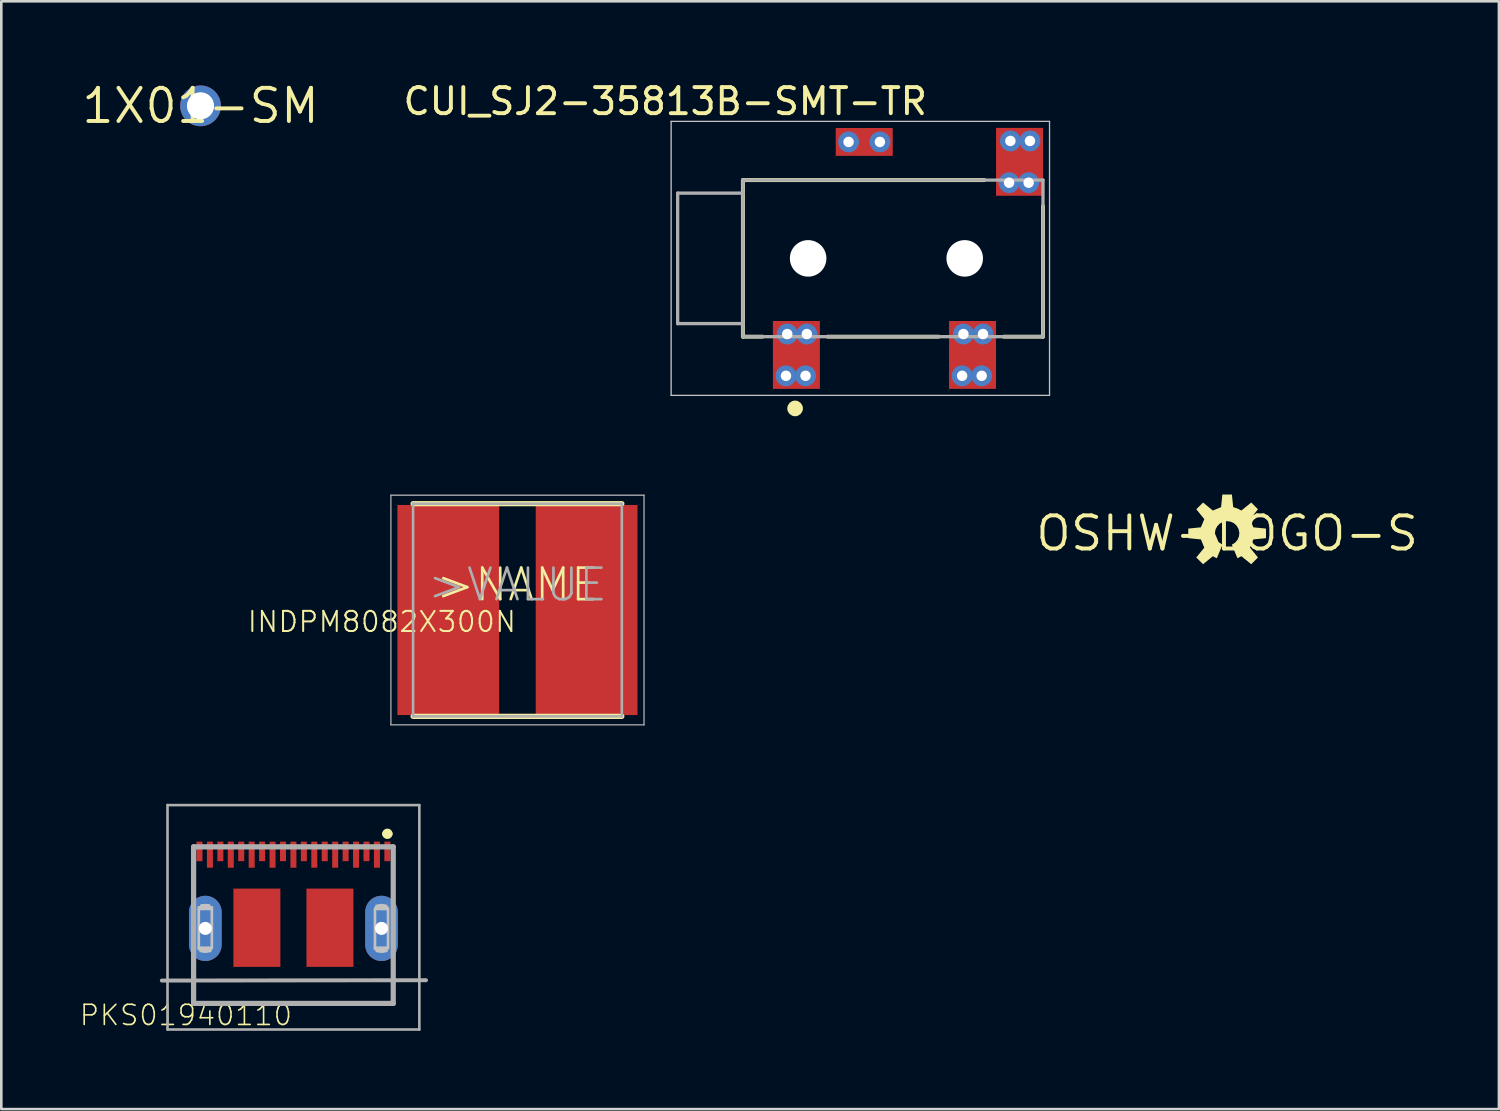
<source format=kicad_pcb>
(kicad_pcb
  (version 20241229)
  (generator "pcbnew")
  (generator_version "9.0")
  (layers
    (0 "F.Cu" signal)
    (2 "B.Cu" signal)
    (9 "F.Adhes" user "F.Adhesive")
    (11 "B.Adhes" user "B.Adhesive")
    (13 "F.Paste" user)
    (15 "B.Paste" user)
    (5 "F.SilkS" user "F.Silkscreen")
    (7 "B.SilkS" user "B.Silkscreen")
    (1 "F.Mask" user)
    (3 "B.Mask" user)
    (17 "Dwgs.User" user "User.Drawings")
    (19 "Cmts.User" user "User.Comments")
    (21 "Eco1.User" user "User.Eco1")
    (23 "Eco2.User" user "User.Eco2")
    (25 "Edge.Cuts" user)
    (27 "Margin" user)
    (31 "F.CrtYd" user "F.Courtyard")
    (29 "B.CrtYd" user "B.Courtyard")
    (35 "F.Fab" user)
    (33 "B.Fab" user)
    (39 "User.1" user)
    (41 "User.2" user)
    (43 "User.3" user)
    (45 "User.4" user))
  (footprint "1X01-SM"
    (layer "F.Cu")
    (at 4.634 1.006)
    (property "Reference" "1X01-SM" (at 0 0 0) (layer "F.SilkS") (effects (font (size 1.27 1.27) (thickness 0.15))))
    (attr through_hole)
    (pad "1" thru_hole circle (at 0 0) (size 1.56 1.56) (drill 1.04) (layers "*.Cu" "*.Mask")))
  (footprint "INDPM8082X300N"
    (layer "F.Cu")
    (at 16.779 20.326)
    (property "Reference" "INDPM8082X300N" (at 0 0 180) (layer "F.SilkS") (effects (font (size 0.772 0.772) (thickness 0.077)) (justify right top)))
    (attr through_hole)
    (fp_line (start -4 4.075) (end 4 4.075) (stroke (width 0.2) (type solid)) (layer "F.SilkS"))
    (fp_line (start 4 -4.075) (end -4 -4.075) (stroke (width 0.2) (type solid)) (layer "F.SilkS"))
    (fp_line (start -4.85 -4.4) (end 4.85 -4.4) (stroke (width 0.05) (type solid)) (layer "F.Fab"))
    (fp_line (start -4.85 4.4) (end -4.85 -4.4) (stroke (width 0.05) (type solid)) (layer "F.Fab"))
    (fp_line (start -4 -4.075) (end 4 -4.075) (stroke (width 0.1) (type solid)) (layer "F.Fab"))
    (fp_line (start -4 4.075) (end -4 -4.075) (stroke (width 0.1) (type solid)) (layer "F.Fab"))
    (fp_line (start 4 -4.075) (end 4 4.075) (stroke (width 0.1) (type solid)) (layer "F.Fab"))
    (fp_line (start 4 4.075) (end -4 4.075) (stroke (width 0.1) (type solid)) (layer "F.Fab"))
    (fp_line (start 4.85 -4.4) (end 4.85 4.4) (stroke (width 0.05) (type solid)) (layer "F.Fab"))
    (fp_line (start 4.85 4.4) (end -4.85 4.4) (stroke (width 0.05) (type solid)) (layer "F.Fab"))
    (fp_text user ">NAME\n							" (at 0 0 0) (layer "F.SilkS") (effects (font (size 1.206 1.206) (thickness 0.102))))
    (fp_text user ">VALUE\n							" (at 0 0 0) (layer "F.Fab") (effects (font (size 1.206 1.206) (thickness 0.102))))
    (pad "1" smd rect (at -2.65 0 90) (size 8.05 3.9) (layers "F.Cu" "F.Mask" "F.Paste"))
    (pad "2" smd rect (at 2.65 0 90) (size 8.05 3.9) (layers "F.Cu" "F.Mask" "F.Paste")))
  (footprint "OSHW-LOGO-S"
    (layer "F.Cu")
    (at 43.974 17.389)
    (property "Reference" "OSHW-LOGO-S" (at 0 0 0) (layer "F.SilkS") (effects (font (size 1.27 1.27) (thickness 0.15))))
    (attr through_hole)
    (fp_poly (pts (xy 0.395 0.953) (xy 0.546 0.875) (xy 0.923 1.182) (xy 1.182 0.923) (xy 0.875 0.546) (xy 1.005 0.232) (xy 1.489 0.183) (xy 1.489 -0.183) (xy 1.005 -0.232) (xy 0.875 -0.546) (xy 1.182 -0.923) (xy 0.923 -1.182) (xy 0.546 -0.875) (xy 0.395 -0.953) (xy 0.232 -1.005) (xy 0.183 -1.489) (xy -0.183 -1.489) (xy -0.232 -1.005) (xy -0.546 -0.875) (xy -0.923 -1.182) (xy -1.182 -0.923) (xy -0.875 -0.546) (xy -1.005 -0.232) (xy -1.489 -0.183) (xy -1.489 0.183) (xy -1.005 0.232) (xy -0.875 0.546) (xy -1.182 0.923) (xy -0.923 1.182) (xy -0.546 0.875) (xy -0.472 0.917) (xy -0.395 0.953) (xy -0.179 0.433) (xy -0.179 0.433) (xy -0.332 0.331) (xy -0.469 0) (xy -0.447 -0.142) (xy -0.382 -0.271) (xy -0.282 -0.374) (xy -0.155 -0.442) (xy -0.013 -0.468) (xy 0.13 -0.45) (xy 0.26 -0.39) (xy 0.366 -0.292) (xy 0.438 -0.167) (xy 0.468 -0.026) (xy 0.454 0.117) (xy 0.397 0.249) (xy 0.302 0.358) (xy 0.179 0.433)) (stroke (width 0) (type solid)) (fill yes) (layer "F.SilkS")))
  (footprint "PKS01940110"
    (layer "F.Cu")
    (at 8.194 35.401)
    (property "Reference" "PKS01940110" (at 0 0 180) (layer "F.SilkS") (effects (font (size 0.772 0.772) (thickness 0.062)) (justify right top)))
    (attr through_hole)
    (fp_line (start -3.825 -5) (end -3.825 -4) (stroke (width 0.1) (type solid)) (layer "F.SilkS"))
    (fp_line (start -3.825 -1) (end -3.825 0) (stroke (width 0.1) (type solid)) (layer "F.SilkS"))
    (fp_line (start -3.825 0) (end 3.825 0) (stroke (width 0.1) (type solid)) (layer "F.SilkS"))
    (fp_line (start 3.825 -5) (end 3.825 -4) (stroke (width 0.1) (type solid)) (layer "F.SilkS"))
    (fp_line (start 3.825 0) (end 3.825 -1) (stroke (width 0.1) (type solid)) (layer "F.SilkS"))
    (fp_arc (start 3.5 -6.5) (mid 3.6 -6.6) (end 3.7 -6.5) (stroke (width 0.2) (type solid)) (layer "F.SilkS"))
    (fp_arc (start 3.7 -6.5) (mid 3.6 -6.4) (end 3.5 -6.5) (stroke (width 0.2) (type solid)) (layer "F.SilkS"))
    (fp_line (start -3.625 -3.625) (end -3.625 -2.125) (stroke (width 0.076) (type solid)) (layer "Dwgs.User"))
    (fp_line (start -3.125 -3.625) (end -3.125 -2.125) (stroke (width 0.076) (type solid)) (layer "Dwgs.User"))
    (fp_line (start 3.125 -3.625) (end 3.125 -2.125) (stroke (width 0.076) (type solid)) (layer "Dwgs.User"))
    (fp_line (start 3.625 -3.625) (end 3.625 -2.125) (stroke (width 0.076) (type solid)) (layer "Dwgs.User"))
    (fp_arc (start -3.625 -3.625) (mid -3.375 -3.779508) (end -3.125 -3.625) (stroke (width 0.0762) (type solid)) (layer "Dwgs.User"))
    (fp_arc (start -3.125 -2.125) (mid -3.374999 -1.970491) (end -3.624999 -2.124998) (stroke (width 0.0762) (type solid)) (layer "Dwgs.User"))
    (fp_arc (start 3.125 -3.625) (mid 3.375 -3.779508) (end 3.625 -3.625) (stroke (width 0.0762) (type solid)) (layer "Dwgs.User"))
    (fp_arc (start 3.625 -2.125) (mid 3.375001 -1.970491) (end 3.125001 -2.124998) (stroke (width 0.0762) (type solid)) (layer "Dwgs.User"))
    (fp_poly (pts (xy -3.625 -3.625) (xy -3.124 -3.625) (xy -3.124 -3.683) (xy -3.625 -3.683)) (stroke (width 0.1) (type solid)) (fill no) (layer "Dwgs.User"))
    (fp_poly (pts (xy -3.625 -2.125) (xy -3.125 -2.125) (xy -3.125 -3.625) (xy -3.625 -3.625)) (stroke (width 0.1) (type solid)) (fill no) (layer "Dwgs.User"))
    (fp_poly (pts (xy -3.625 -2.083) (xy -3.162 -2.083) (xy -3.162 -2.125) (xy -3.625 -2.125)) (stroke (width 0.1) (type solid)) (fill no) (layer "Dwgs.User"))
    (fp_poly (pts (xy -3.556 -2.007) (xy -3.188 -2.007) (xy -3.188 -2.083) (xy -3.556 -2.083)) (stroke (width 0.1) (type solid)) (fill no) (layer "Dwgs.User"))
    (fp_poly (pts (xy -3.531 -3.67) (xy -3.213 -3.67) (xy -3.213 -3.708) (xy -3.531 -3.708)) (stroke (width 0.1) (type solid)) (fill no) (layer "Dwgs.User"))
    (fp_poly (pts (xy -3.518 -3.683) (xy -3.239 -3.683) (xy -3.239 -3.759) (xy -3.518 -3.759)) (stroke (width 0.1) (type solid)) (fill no) (layer "Dwgs.User"))
    (fp_poly (pts (xy 3.125 -2.125) (xy 3.625 -2.125) (xy 3.625 -3.625) (xy 3.125 -3.625)) (stroke (width 0.1) (type solid)) (fill no) (layer "Dwgs.User"))
    (fp_poly (pts (xy 3.125 -2.083) (xy 3.588 -2.083) (xy 3.588 -2.125) (xy 3.125 -2.125)) (stroke (width 0.1) (type solid)) (fill no) (layer "Dwgs.User"))
    (fp_poly (pts (xy 3.15 -3.621) (xy 3.613 -3.621) (xy 3.613 -3.663) (xy 3.15 -3.663)) (stroke (width 0.1) (type solid)) (fill no) (layer "Dwgs.User"))
    (fp_poly (pts (xy 3.184 -3.664) (xy 3.553 -3.664) (xy 3.553 -3.74) (xy 3.184 -3.74)) (stroke (width 0.1) (type solid)) (fill no) (layer "Dwgs.User"))
    (fp_poly (pts (xy 3.194 -2.007) (xy 3.562 -2.007) (xy 3.562 -2.083) (xy 3.194 -2.083)) (stroke (width 0.1) (type solid)) (fill no) (layer "Dwgs.User"))
    (fp_line (start -5.042 -0.876) (end 5.08 -0.889) (stroke (width 0.152) (type solid)) (layer "F.Fab"))
    (fp_line (start -4.825 -7.6) (end 4.825 -7.6) (stroke (width 0.1) (type solid)) (layer "F.Fab"))
    (fp_line (start -4.825 1) (end -4.825 -7.6) (stroke (width 0.1) (type solid)) (layer "F.Fab"))
    (fp_line (start -3.825 -6) (end 3.825 -6) (stroke (width 0.2) (type solid)) (layer "F.Fab"))
    (fp_line (start -3.825 0) (end -3.825 -6) (stroke (width 0.2) (type solid)) (layer "F.Fab"))
    (fp_line (start 3.825 -6) (end 3.825 0) (stroke (width 0.2) (type solid)) (layer "F.Fab"))
    (fp_line (start 3.825 0) (end -3.825 0) (stroke (width 0.2) (type solid)) (layer "F.Fab"))
    (fp_line (start 4.825 -7.6) (end 4.825 1) (stroke (width 0.1) (type solid)) (layer "F.Fab"))
    (fp_line (start 4.825 1) (end -4.825 1) (stroke (width 0.1) (type solid)) (layer "F.Fab"))
    (pad "1" smd rect (at 3.6 -5.825 90) (size 0.75 0.23) (layers "F.Cu" "F.Mask" "F.Paste"))
    (pad "2" smd rect (at 3.2 -5.7 90) (size 1 0.23) (layers "F.Cu" "F.Mask" "F.Paste"))
    (pad "3" smd rect (at 2.8 -5.825 90) (size 0.75 0.23) (layers "F.Cu" "F.Mask" "F.Paste"))
    (pad "4" smd rect (at 2.4 -5.7 90) (size 1 0.23) (layers "F.Cu" "F.Mask" "F.Paste"))
    (pad "5" smd rect (at 2 -5.825 90) (size 0.75 0.23) (layers "F.Cu" "F.Mask" "F.Paste"))
    (pad "6" smd rect (at 1.6 -5.7 90) (size 1 0.23) (layers "F.Cu" "F.Mask" "F.Paste"))
    (pad "7" smd rect (at 1.2 -5.825 90) (size 0.75 0.23) (layers "F.Cu" "F.Mask" "F.Paste"))
    (pad "8" smd rect (at 0.8 -5.7 90) (size 1 0.23) (layers "F.Cu" "F.Mask" "F.Paste"))
    (pad "9" smd rect (at 0.4 -5.825 90) (size 0.75 0.23) (layers "F.Cu" "F.Mask" "F.Paste"))
    (pad "10" smd rect (at 0 -5.7 90) (size 1 0.23) (layers "F.Cu" "F.Mask" "F.Paste"))
    (pad "11" smd rect (at -0.4 -5.825 90) (size 0.75 0.23) (layers "F.Cu" "F.Mask" "F.Paste"))
    (pad "12" smd rect (at -0.8 -5.7 90) (size 1 0.23) (layers "F.Cu" "F.Mask" "F.Paste"))
    (pad "13" smd rect (at -1.2 -5.825 90) (size 0.75 0.23) (layers "F.Cu" "F.Mask" "F.Paste"))
    (pad "14" smd rect (at -1.6 -5.7 90) (size 1 0.23) (layers "F.Cu" "F.Mask" "F.Paste"))
    (pad "15" smd rect (at -2 -5.825 90) (size 0.75 0.23) (layers "F.Cu" "F.Mask" "F.Paste"))
    (pad "16" smd rect (at -2.4 -5.7 90) (size 1 0.23) (layers "F.Cu" "F.Mask" "F.Paste"))
    (pad "17" smd rect (at -2.8 -5.825 90) (size 0.75 0.23) (layers "F.Cu" "F.Mask" "F.Paste"))
    (pad "18" smd rect (at -3.2 -5.7 90) (size 1 0.23) (layers "F.Cu" "F.Mask" "F.Paste"))
    (pad "19" smd rect (at -3.6 -5.825 90) (size 0.75 0.23) (layers "F.Cu" "F.Mask" "F.Paste"))
    (pad "21" smd rect (at -1.4 -2.9 90) (size 3 1.8) (layers "F.Cu" "F.Mask" "F.Paste"))
    (pad "22" smd rect (at 1.4 -2.9 90) (size 3 1.8) (layers "F.Cu" "F.Mask" "F.Paste"))
    (pad "P$1" thru_hole oval (at -3.375 -2.875 90) (size 2.5 1.25) (drill 0.5) (layers "*.Cu" "*.Mask"))
    (pad "P$2" thru_hole oval (at 3.375 -2.875 90) (size 2.5 1.25) (drill 0.5) (layers "*.Cu" "*.Mask")))
  (footprint "CUI_SJ2-35813B-SMT-TR"
    (layer "F.Cu")
    (at 31.168 6.851)
    (property "Reference" "CUI_SJ2-35813B-SMT-TR" (at 1.397 -6.604 0) (layer "F.SilkS") (effects (font (size 1 1) (thickness 0.15)) (justify right top)))
    (attr through_hole)
    (fp_line (start -5.75 -3) (end -5.75 3) (stroke (width 0.15) (type solid)) (layer "F.SilkS"))
    (fp_line (start -5.75 3) (end -5 3) (stroke (width 0.15) (type solid)) (layer "F.SilkS"))
    (fp_line (start -2.5 3) (end 1.75 3) (stroke (width 0.15) (type solid)) (layer "F.SilkS"))
    (fp_line (start 3.5 -3) (end -5.75 -3) (stroke (width 0.15) (type solid)) (layer "F.SilkS"))
    (fp_line (start 4.25 3) (end 5.75 3) (stroke (width 0.15) (type solid)) (layer "F.SilkS"))
    (fp_line (start 5.75 3) (end 5.75 -2) (stroke (width 0.15) (type solid)) (layer "F.SilkS"))
    (fp_circle (center -3.75 5.75) (end -3.6 5.75) (stroke (width 0.3) (type solid)) (fill no) (layer "F.SilkS"))
    (fp_line (start -8.5 -5.25) (end 6 -5.25) (stroke (width 0.05) (type solid)) (layer "Dwgs.User"))
    (fp_line (start -8.5 5.25) (end -8.5 -5.25) (stroke (width 0.05) (type solid)) (layer "Dwgs.User"))
    (fp_line (start 6 -5.25) (end 6 5.25) (stroke (width 0.05) (type solid)) (layer "Dwgs.User"))
    (fp_line (start 6 5.25) (end -8.5 5.25) (stroke (width 0.05) (type solid)) (layer "Dwgs.User"))
    (fp_line (start -8.25 -2.5) (end -8.25 2.5) (stroke (width 0.127) (type solid)) (layer "F.Fab"))
    (fp_line (start -8.25 2.5) (end -5.75 2.5) (stroke (width 0.127) (type solid)) (layer "F.Fab"))
    (fp_line (start -5.75 -3) (end 5.75 -3) (stroke (width 0.127) (type solid)) (layer "F.Fab"))
    (fp_line (start -5.75 -2.5) (end -8.25 -2.5) (stroke (width 0.127) (type solid)) (layer "F.Fab"))
    (fp_line (start -5.75 -2.5) (end -5.75 -3) (stroke (width 0.127) (type solid)) (layer "F.Fab"))
    (fp_line (start -5.75 2.5) (end -5.75 -2.5) (stroke (width 0.127) (type solid)) (layer "F.Fab"))
    (fp_line (start -5.75 3) (end -5.75 2.5) (stroke (width 0.127) (type solid)) (layer "F.Fab"))
    (fp_line (start 5.75 -3) (end 5.75 3) (stroke (width 0.127) (type solid)) (layer "F.Fab"))
    (fp_line (start 5.75 3) (end -5.75 3) (stroke (width 0.127) (type solid)) (layer "F.Fab"))
    (pad "" np_thru_hole circle (at -3.25 0) (size 1.4 1.4) (drill 1.4) (layers "*.Cu"))
    (pad "" np_thru_hole circle (at 2.75 0) (size 1.4 1.4) (drill 1.4) (layers "*.Cu"))
    (pad "1" thru_hole circle (at -4.1 4.5 180) (size 0.8 0.8) (drill 0.4) (layers "*.Cu" "*.Mask"))
    (pad "1" thru_hole circle (at -4.05 2.9) (size 0.8 0.8) (drill 0.4) (layers "*.Cu" "*.Mask"))
    (pad "1" smd rect (at -3.7 3.7) (size 1.8 2.6) (layers "F.Cu" "F.Mask" "F.Paste"))
    (pad "1" thru_hole circle (at -3.35 4.5 180) (size 0.8 0.8) (drill 0.4) (layers "*.Cu" "*.Mask"))
    (pad "1" thru_hole circle (at -3.3 2.9) (size 0.8 0.8) (drill 0.4) (layers "*.Cu" "*.Mask"))
    (pad "2" thru_hole circle (at 2.65 4.5 180) (size 0.8 0.8) (drill 0.4) (layers "*.Cu" "*.Mask"))
    (pad "2" thru_hole circle (at 2.7 2.9) (size 0.8 0.8) (drill 0.4) (layers "*.Cu" "*.Mask"))
    (pad "2" smd rect (at 3.05 3.7) (size 1.8 2.6) (layers "F.Cu" "F.Mask" "F.Paste"))
    (pad "2" thru_hole circle (at 3.4 4.5 180) (size 0.8 0.8) (drill 0.4) (layers "*.Cu" "*.Mask"))
    (pad "2" thru_hole circle (at 3.45 2.9) (size 0.8 0.8) (drill 0.4) (layers "*.Cu" "*.Mask"))
    (pad "3" thru_hole circle (at -1.7 -4.462) (size 0.8 0.8) (drill 0.4) (layers "*.Cu" "*.Mask"))
    (pad "3" smd rect (at -1.1 -4.462) (size 2.184 1.067) (layers "F.Cu" "F.Mask" "F.Paste"))
    (pad "3" thru_hole circle (at -0.5 -4.462) (size 0.8 0.8) (drill 0.4) (layers "*.Cu" "*.Mask"))
    (pad "10" thru_hole circle (at 4.45 -2.9 180) (size 0.8 0.8) (drill 0.4) (layers "*.Cu" "*.Mask"))
    (pad "10" thru_hole circle (at 4.5 -4.5) (size 0.8 0.8) (drill 0.4) (layers "*.Cu" "*.Mask"))
    (pad "10" smd rect (at 4.85 -3.7) (size 1.8 2.6) (layers "F.Cu" "F.Mask" "F.Paste"))
    (pad "10" thru_hole circle (at 5.2 -2.9 180) (size 0.8 0.8) (drill 0.4) (layers "*.Cu" "*.Mask"))
    (pad "10" thru_hole circle (at 5.25 -4.5) (size 0.8 0.8) (drill 0.4) (layers "*.Cu" "*.Mask")))
  (gr_rect
    (start -3 -3)
    (end 54.389 39.45)
    (stroke (width 0.1) (type default))
    (fill no)
    (layer "Edge.Cuts")))
</source>
